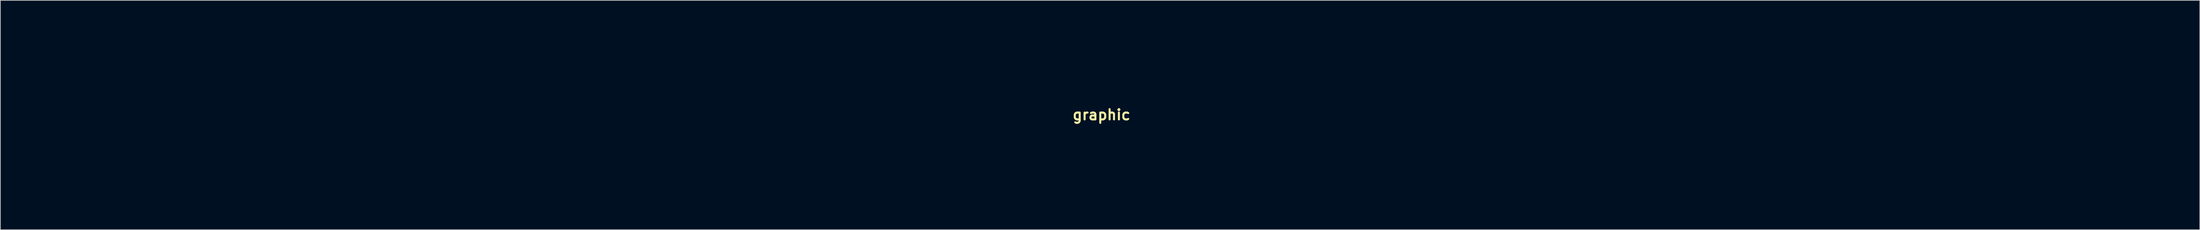
<source format=kicad_pcb>
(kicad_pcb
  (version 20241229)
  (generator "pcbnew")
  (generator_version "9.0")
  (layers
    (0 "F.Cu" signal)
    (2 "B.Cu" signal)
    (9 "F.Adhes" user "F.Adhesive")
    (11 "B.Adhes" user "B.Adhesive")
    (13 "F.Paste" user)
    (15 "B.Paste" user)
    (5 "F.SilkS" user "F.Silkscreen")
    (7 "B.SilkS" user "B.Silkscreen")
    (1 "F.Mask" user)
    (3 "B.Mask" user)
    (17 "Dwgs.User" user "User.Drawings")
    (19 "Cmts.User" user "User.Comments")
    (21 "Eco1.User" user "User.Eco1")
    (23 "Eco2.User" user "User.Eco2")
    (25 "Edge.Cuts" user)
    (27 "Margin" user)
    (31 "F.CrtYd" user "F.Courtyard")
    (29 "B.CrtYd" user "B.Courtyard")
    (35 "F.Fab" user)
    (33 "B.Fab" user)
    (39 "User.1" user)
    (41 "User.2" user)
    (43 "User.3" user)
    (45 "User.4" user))
  (footprint "graphic"
    (layer "F.Cu")
    (at 160.025 13.976)
    (property "Reference" "graphic" (at 0 0 0) (layer "F.SilkS") (effects (font (size 1.524 1.524) (thickness 0.3))))
    (attr through_hole)
    (fp_poly (pts (xy -159.829 8.682) (xy -159.307 8.904) (xy -158.878 9.238) (xy -158.763 9.361) (xy -158.44 9.843) (xy -158.267 10.361) (xy -158.237 10.892) (xy -158.341 11.41) (xy -158.571 11.89) (xy -158.921 12.308) (xy -159.383 12.638) (xy -159.829 12.823) (xy -160.02 12.881) (xy -160.02 8.625) (xy -159.829 8.682)) (stroke (width 0.01) (type solid)) (fill no) (layer "Eco2.User"))
    (fp_poly (pts (xy 145.881 -13.629) (xy 145.801 -13.132) (xy 145.58 -12.674) (xy 145.246 -12.276) (xy 144.825 -11.958) (xy 144.344 -11.74) (xy 143.832 -11.644) (xy 143.317 -11.69) (xy 142.877 -11.837) (xy 142.514 -12.065) (xy 142.204 -12.365) (xy 141.873 -12.808) (xy 141.692 -13.246) (xy 141.647 -13.629) (xy 141.647 -13.97) (xy 145.881 -13.97) (xy 145.881 -13.629)) (stroke (width 0.01) (type solid)) (fill no) (layer "Eco2.User"))
    (fp_poly (pts (xy -61.068 12.105) (xy -60.544 12.332) (xy -60.108 12.689) (xy -59.779 13.163) (xy -59.573 13.738) (xy -59.564 13.78) (xy -59.507 14.055) (xy -63.821 14.055) (xy -63.743 13.707) (xy -63.61 13.277) (xy -63.406 12.93) (xy -63.089 12.595) (xy -63.073 12.58) (xy -62.669 12.27) (xy -62.267 12.094) (xy -61.806 12.027) (xy -61.661 12.025) (xy -61.068 12.105)) (stroke (width 0.01) (type solid)) (fill no) (layer "Eco2.User"))
    (fp_poly (pts (xy 89.793 -13.737) (xy 89.607 -13.301) (xy 89.29 -12.899) (xy 88.88 -12.567) (xy 88.414 -12.338) (xy 88.214 -12.283) (xy 87.926 -12.225) (xy 87.724 -12.205) (xy 87.533 -12.225) (xy 87.274 -12.288) (xy 87.191 -12.31) (xy 86.722 -12.509) (xy 86.299 -12.823) (xy 85.961 -13.215) (xy 85.746 -13.648) (xy 85.721 -13.737) (xy 85.664 -13.97) (xy 89.85 -13.97) (xy 89.793 -13.737)) (stroke (width 0.01) (type solid)) (fill no) (layer "Eco2.User"))
    (fp_poly (pts (xy -107.611 -13.535) (xy -107.655 -13.002) (xy -107.801 -12.562) (xy -108.07 -12.164) (xy -108.243 -11.977) (xy -108.724 -11.609) (xy -109.264 -11.395) (xy -109.849 -11.34) (xy -110.464 -11.448) (xy -110.49 -11.456) (xy -110.775 -11.605) (xy -111.089 -11.859) (xy -111.387 -12.172) (xy -111.622 -12.496) (xy -111.742 -12.752) (xy -111.805 -13.057) (xy -111.841 -13.411) (xy -111.845 -13.535) (xy -111.845 -13.97) (xy -107.611 -13.97) (xy -107.611 -13.535)) (stroke (width 0.01) (type solid)) (fill no) (layer "Eco2.User"))
    (fp_poly (pts (xy 23.453 -13.535) (xy 23.409 -13.002) (xy 23.263 -12.562) (xy 22.994 -12.164) (xy 22.821 -11.977) (xy 22.34 -11.609) (xy 21.8 -11.395) (xy 21.215 -11.34) (xy 20.6 -11.448) (xy 20.574 -11.456) (xy 20.289 -11.605) (xy 19.975 -11.859) (xy 19.677 -12.172) (xy 19.442 -12.496) (xy 19.322 -12.752) (xy 19.259 -13.057) (xy 19.223 -13.411) (xy 19.219 -13.535) (xy 19.219 -13.97) (xy 23.453 -13.97) (xy 23.453 -13.535)) (stroke (width 0.01) (type solid)) (fill no) (layer "Eco2.User"))
    (fp_poly (pts (xy -21.526 10.208) (xy -20.998 10.424) (xy -20.529 10.792) (xy -20.16 11.269) (xy -19.945 11.794) (xy -19.883 12.342) (xy -19.975 12.889) (xy -20.223 13.41) (xy -20.427 13.679) (xy -20.758 14.055) (xy -23.269 14.055) (xy -23.6 13.679) (xy -23.93 13.182) (xy -24.105 12.628) (xy -24.12 12.03) (xy -24.027 11.567) (xy -23.868 11.242) (xy -23.601 10.9) (xy -23.273 10.587) (xy -22.931 10.352) (xy -22.723 10.263) (xy -22.102 10.154) (xy -21.526 10.208)) (stroke (width 0.01) (type solid)) (fill no) (layer "Eco2.User"))
    (fp_poly (pts (xy 103.95 10.377) (xy 104.478 10.593) (xy 104.947 10.961) (xy 105.305 11.427) (xy 105.521 11.946) (xy 105.592 12.49) (xy 105.517 13.03) (xy 105.294 13.536) (xy 105.138 13.754) (xy 104.89 14.055) (xy 102.036 14.055) (xy 101.787 13.754) (xy 101.509 13.288) (xy 101.366 12.746) (xy 101.362 12.162) (xy 101.449 11.736) (xy 101.608 11.412) (xy 101.875 11.069) (xy 102.203 10.757) (xy 102.545 10.522) (xy 102.753 10.432) (xy 103.374 10.323) (xy 103.95 10.377)) (stroke (width 0.01) (type solid)) (fill no) (layer "Eco2.User"))
    (fp_poly (pts (xy 146.453 10.208) (xy 146.981 10.424) (xy 147.45 10.792) (xy 147.818 11.269) (xy 148.034 11.794) (xy 148.096 12.342) (xy 148.004 12.889) (xy 147.756 13.41) (xy 147.552 13.679) (xy 147.221 14.055) (xy 144.71 14.055) (xy 144.379 13.679) (xy 144.048 13.182) (xy 143.874 12.628) (xy 143.858 12.03) (xy 143.952 11.567) (xy 144.11 11.242) (xy 144.378 10.9) (xy 144.706 10.587) (xy 145.047 10.352) (xy 145.255 10.263) (xy 145.877 10.154) (xy 146.453 10.208)) (stroke (width 0.01) (type solid)) (fill no) (layer "Eco2.User"))
    (fp_poly (pts (xy -2.852 -13.695) (xy -2.573 -13.186) (xy -2.448 -12.642) (xy -2.477 -12.091) (xy -2.657 -11.558) (xy -2.985 -11.07) (xy -3.087 -10.961) (xy -3.568 -10.593) (xy -4.108 -10.379) (xy -4.693 -10.324) (xy -5.308 -10.432) (xy -5.334 -10.44) (xy -5.619 -10.589) (xy -5.933 -10.843) (xy -6.231 -11.156) (xy -6.466 -11.48) (xy -6.586 -11.736) (xy -6.688 -12.343) (xy -6.638 -12.928) (xy -6.44 -13.463) (xy -6.292 -13.695) (xy -6.087 -13.97) (xy -3.057 -13.97) (xy -2.852 -13.695)) (stroke (width 0.01) (type solid)) (fill no) (layer "Eco2.User"))
    (fp_poly (pts (xy 18.607 10.716) (xy 19.136 10.933) (xy 19.605 11.3) (xy 19.914 11.655) (xy 20.1 11.991) (xy 20.145 12.127) (xy 20.219 12.614) (xy 20.196 13.134) (xy 20.083 13.609) (xy 20.029 13.737) (xy 19.877 14.055) (xy 16.36 14.055) (xy 16.208 13.737) (xy 16.067 13.292) (xy 16.016 12.778) (xy 16.058 12.272) (xy 16.093 12.127) (xy 16.259 11.765) (xy 16.536 11.398) (xy 16.878 11.073) (xy 17.237 10.839) (xy 17.409 10.771) (xy 18.031 10.662) (xy 18.607 10.716)) (stroke (width 0.01) (type solid)) (fill no) (layer "Eco2.User"))
    (fp_poly (pts (xy -119.231 11.393) (xy -118.702 11.61) (xy -118.232 11.977) (xy -117.878 12.41) (xy -117.676 12.867) (xy -117.611 13.39) (xy -117.618 13.59) (xy -117.644 14.012) (xy -119.682 14.035) (xy -120.253 14.039) (xy -120.767 14.038) (xy -121.2 14.033) (xy -121.529 14.023) (xy -121.728 14.01) (xy -121.777 14) (xy -121.82 13.868) (xy -121.834 13.623) (xy -121.823 13.319) (xy -121.787 13.007) (xy -121.732 12.752) (xy -121.574 12.428) (xy -121.306 12.085) (xy -120.978 11.773) (xy -120.637 11.538) (xy -120.429 11.448) (xy -119.807 11.339) (xy -119.231 11.393)) (stroke (width 0.01) (type solid)) (fill no) (layer "Eco2.User"))
    (fp_poly (pts (xy -154.992 2.05) (xy -154.668 2.209) (xy -154.325 2.476) (xy -154.013 2.805) (xy -153.778 3.146) (xy -153.688 3.354) (xy -153.579 3.976) (xy -153.633 4.551) (xy -153.849 5.079) (xy -154.217 5.549) (xy -154.698 5.917) (xy -155.238 6.131) (xy -155.823 6.186) (xy -156.438 6.078) (xy -156.464 6.07) (xy -156.749 5.921) (xy -157.063 5.667) (xy -157.361 5.354) (xy -157.596 5.03) (xy -157.716 4.774) (xy -157.825 4.152) (xy -157.771 3.577) (xy -157.555 3.049) (xy -157.187 2.579) (xy -156.706 2.205) (xy -156.177 1.992) (xy -155.6 1.942) (xy -154.992 2.05)) (stroke (width 0.01) (type solid)) (fill no) (layer "Eco2.User"))
    (fp_poly (pts (xy -154.484 -11.835) (xy -154.16 -11.676) (xy -153.817 -11.409) (xy -153.505 -11.081) (xy -153.27 -10.739) (xy -153.18 -10.531) (xy -153.071 -9.91) (xy -153.125 -9.334) (xy -153.341 -8.806) (xy -153.709 -8.337) (xy -154.19 -7.968) (xy -154.73 -7.754) (xy -155.315 -7.7) (xy -155.93 -7.807) (xy -155.956 -7.815) (xy -156.241 -7.964) (xy -156.555 -8.219) (xy -156.853 -8.531) (xy -157.088 -8.856) (xy -157.208 -9.111) (xy -157.317 -9.733) (xy -157.263 -10.309) (xy -157.047 -10.837) (xy -156.679 -11.306) (xy -156.198 -11.681) (xy -155.669 -11.893) (xy -155.092 -11.943) (xy -154.484 -11.835)) (stroke (width 0.01) (type solid)) (fill no) (layer "Eco2.User"))
    (fp_poly (pts (xy -152.367 -4.638) (xy -152.043 -4.48) (xy -151.701 -4.212) (xy -151.388 -3.884) (xy -151.153 -3.543) (xy -151.064 -3.335) (xy -150.955 -2.713) (xy -151.009 -2.137) (xy -151.225 -1.609) (xy -151.593 -1.14) (xy -152.073 -0.771) (xy -152.613 -0.558) (xy -153.198 -0.503) (xy -153.813 -0.611) (xy -153.839 -0.619) (xy -154.125 -0.768) (xy -154.439 -1.022) (xy -154.736 -1.335) (xy -154.971 -1.659) (xy -155.091 -1.915) (xy -155.2 -2.536) (xy -155.146 -3.112) (xy -154.93 -3.64) (xy -154.562 -4.109) (xy -154.081 -4.484) (xy -153.552 -4.696) (xy -152.976 -4.747) (xy -152.367 -4.638)) (stroke (width 0.01) (type solid)) (fill no) (layer "Eco2.User"))
    (fp_poly (pts (xy -144.493 -8.702) (xy -144.169 -8.544) (xy -143.827 -8.276) (xy -143.514 -7.948) (xy -143.279 -7.607) (xy -143.19 -7.399) (xy -143.081 -6.777) (xy -143.135 -6.201) (xy -143.351 -5.673) (xy -143.719 -5.204) (xy -144.199 -4.835) (xy -144.739 -4.622) (xy -145.324 -4.567) (xy -145.939 -4.675) (xy -145.965 -4.683) (xy -146.251 -4.832) (xy -146.565 -5.086) (xy -146.862 -5.399) (xy -147.097 -5.723) (xy -147.217 -5.979) (xy -147.326 -6.6) (xy -147.272 -7.176) (xy -147.056 -7.704) (xy -146.688 -8.173) (xy -146.207 -8.548) (xy -145.678 -8.76) (xy -145.102 -8.811) (xy -144.493 -8.702)) (stroke (width 0.01) (type solid)) (fill no) (layer "Eco2.User"))
    (fp_poly (pts (xy -136.704 -12.004) (xy -136.38 -11.846) (xy -136.037 -11.578) (xy -135.725 -11.25) (xy -135.49 -10.909) (xy -135.4 -10.701) (xy -135.291 -10.079) (xy -135.345 -9.503) (xy -135.561 -8.975) (xy -135.929 -8.506) (xy -136.41 -8.137) (xy -136.95 -7.924) (xy -137.535 -7.869) (xy -138.15 -7.977) (xy -138.176 -7.985) (xy -138.461 -8.134) (xy -138.775 -8.388) (xy -139.073 -8.701) (xy -139.308 -9.025) (xy -139.428 -9.281) (xy -139.537 -9.902) (xy -139.483 -10.478) (xy -139.267 -11.006) (xy -138.899 -11.475) (xy -138.418 -11.85) (xy -137.889 -12.062) (xy -137.312 -12.113) (xy -136.704 -12.004)) (stroke (width 0.01) (type solid)) (fill no) (layer "Eco2.User"))
    (fp_poly (pts (xy -132.979 6.453) (xy -132.654 6.612) (xy -132.312 6.879) (xy -131.999 7.207) (xy -131.764 7.549) (xy -131.675 7.757) (xy -131.566 8.378) (xy -131.62 8.954) (xy -131.836 9.482) (xy -132.204 9.951) (xy -132.684 10.32) (xy -133.225 10.534) (xy -133.81 10.588) (xy -134.424 10.481) (xy -134.451 10.473) (xy -134.736 10.324) (xy -135.05 10.069) (xy -135.347 9.757) (xy -135.583 9.432) (xy -135.702 9.177) (xy -135.811 8.555) (xy -135.757 7.979) (xy -135.541 7.451) (xy -135.173 6.982) (xy -134.693 6.607) (xy -134.164 6.395) (xy -133.587 6.345) (xy -132.979 6.453)) (stroke (width 0.01) (type solid)) (fill no) (layer "Eco2.User"))
    (fp_poly (pts (xy -130.777 -3.707) (xy -130.453 -3.548) (xy -130.111 -3.281) (xy -129.798 -2.953) (xy -129.563 -2.611) (xy -129.474 -2.403) (xy -129.365 -1.782) (xy -129.419 -1.206) (xy -129.635 -0.678) (xy -130.003 -0.209) (xy -130.483 0.16) (xy -131.023 0.374) (xy -131.608 0.428) (xy -132.223 0.321) (xy -132.249 0.313) (xy -132.535 0.164) (xy -132.849 -0.091) (xy -133.146 -0.403) (xy -133.381 -0.728) (xy -133.501 -0.983) (xy -133.61 -1.605) (xy -133.556 -2.181) (xy -133.34 -2.709) (xy -132.972 -3.178) (xy -132.491 -3.553) (xy -131.962 -3.765) (xy -131.386 -3.815) (xy -130.777 -3.707)) (stroke (width 0.01) (type solid)) (fill no) (layer "Eco2.User"))
    (fp_poly (pts (xy -124.089 -10.65) (xy -123.764 -10.491) (xy -123.422 -10.224) (xy -123.109 -9.895) (xy -122.874 -9.554) (xy -122.785 -9.346) (xy -122.676 -8.724) (xy -122.73 -8.149) (xy -122.946 -7.621) (xy -123.314 -7.151) (xy -123.794 -6.783) (xy -124.335 -6.569) (xy -124.92 -6.514) (xy -125.534 -6.622) (xy -125.561 -6.63) (xy -125.846 -6.779) (xy -126.16 -7.033) (xy -126.457 -7.346) (xy -126.693 -7.67) (xy -126.812 -7.926) (xy -126.921 -8.548) (xy -126.867 -9.123) (xy -126.651 -9.651) (xy -126.283 -10.121) (xy -125.803 -10.495) (xy -125.274 -10.708) (xy -124.697 -10.758) (xy -124.089 -10.65)) (stroke (width 0.01) (type solid)) (fill no) (layer "Eco2.User"))
    (fp_poly (pts (xy -120.533 4.252) (xy -120.208 4.41) (xy -119.866 4.678) (xy -119.553 5.006) (xy -119.318 5.347) (xy -119.229 5.555) (xy -119.12 6.177) (xy -119.174 6.753) (xy -119.39 7.281) (xy -119.758 7.75) (xy -120.238 8.119) (xy -120.779 8.332) (xy -121.364 8.387) (xy -121.978 8.279) (xy -122.005 8.271) (xy -122.29 8.122) (xy -122.604 7.868) (xy -122.901 7.555) (xy -123.137 7.231) (xy -123.256 6.975) (xy -123.365 6.354) (xy -123.311 5.778) (xy -123.095 5.25) (xy -122.727 4.781) (xy -122.247 4.406) (xy -121.718 4.194) (xy -121.141 4.143) (xy -120.533 4.252)) (stroke (width 0.01) (type solid)) (fill no) (layer "Eco2.User"))
    (fp_poly (pts (xy -120.363 -4.3) (xy -120.039 -4.141) (xy -119.697 -3.874) (xy -119.384 -3.545) (xy -119.149 -3.204) (xy -119.06 -2.996) (xy -118.951 -2.374) (xy -119.005 -1.799) (xy -119.221 -1.271) (xy -119.589 -0.801) (xy -120.069 -0.433) (xy -120.609 -0.219) (xy -121.194 -0.164) (xy -121.809 -0.272) (xy -121.835 -0.28) (xy -122.121 -0.429) (xy -122.435 -0.683) (xy -122.732 -0.996) (xy -122.967 -1.32) (xy -123.087 -1.576) (xy -123.196 -2.198) (xy -123.142 -2.773) (xy -122.926 -3.301) (xy -122.558 -3.771) (xy -122.077 -4.145) (xy -121.548 -4.358) (xy -120.972 -4.408) (xy -120.363 -4.3)) (stroke (width 0.01) (type solid)) (fill no) (layer "Eco2.User"))
    (fp_poly (pts (xy -112.997 -5.231) (xy -112.673 -5.072) (xy -112.331 -4.805) (xy -112.018 -4.477) (xy -111.783 -4.135) (xy -111.694 -3.927) (xy -111.585 -3.306) (xy -111.639 -2.73) (xy -111.855 -2.202) (xy -112.223 -1.733) (xy -112.703 -1.364) (xy -113.243 -1.15) (xy -113.828 -1.096) (xy -114.443 -1.203) (xy -114.469 -1.211) (xy -114.755 -1.36) (xy -115.069 -1.615) (xy -115.366 -1.927) (xy -115.601 -2.252) (xy -115.721 -2.507) (xy -115.83 -3.129) (xy -115.776 -3.705) (xy -115.56 -4.233) (xy -115.192 -4.702) (xy -114.711 -5.077) (xy -114.182 -5.289) (xy -113.606 -5.339) (xy -112.997 -5.231)) (stroke (width 0.01) (type solid)) (fill no) (layer "Eco2.User"))
    (fp_poly (pts (xy -107.917 0.696) (xy -107.593 0.854) (xy -107.251 1.122) (xy -106.938 1.45) (xy -106.703 1.791) (xy -106.614 1.999) (xy -106.505 2.621) (xy -106.559 3.197) (xy -106.775 3.725) (xy -107.143 4.194) (xy -107.623 4.563) (xy -108.163 4.776) (xy -108.748 4.831) (xy -109.363 4.723) (xy -109.389 4.715) (xy -109.675 4.566) (xy -109.989 4.312) (xy -110.286 3.999) (xy -110.521 3.675) (xy -110.641 3.419) (xy -110.75 2.798) (xy -110.696 2.222) (xy -110.48 1.694) (xy -110.112 1.225) (xy -109.631 0.85) (xy -109.102 0.638) (xy -108.526 0.587) (xy -107.917 0.696)) (stroke (width 0.01) (type solid)) (fill no) (layer "Eco2.User"))
    (fp_poly (pts (xy -104.531 -9.464) (xy -104.206 -9.306) (xy -103.864 -9.038) (xy -103.551 -8.71) (xy -103.316 -8.369) (xy -103.227 -8.161) (xy -103.118 -7.539) (xy -103.172 -6.963) (xy -103.388 -6.435) (xy -103.756 -5.966) (xy -104.236 -5.597) (xy -104.777 -5.384) (xy -105.362 -5.329) (xy -105.976 -5.437) (xy -106.003 -5.445) (xy -106.288 -5.594) (xy -106.602 -5.848) (xy -106.899 -6.161) (xy -107.135 -6.485) (xy -107.254 -6.741) (xy -107.363 -7.362) (xy -107.309 -7.938) (xy -107.093 -8.466) (xy -106.725 -8.935) (xy -106.245 -9.31) (xy -105.716 -9.522) (xy -105.139 -9.573) (xy -104.531 -9.464)) (stroke (width 0.01) (type solid)) (fill no) (layer "Eco2.User"))
    (fp_poly (pts (xy -104.023 6.368) (xy -103.698 6.527) (xy -103.356 6.794) (xy -103.043 7.123) (xy -102.808 7.464) (xy -102.719 7.672) (xy -102.61 8.294) (xy -102.664 8.869) (xy -102.88 9.397) (xy -103.248 9.867) (xy -103.728 10.235) (xy -104.269 10.449) (xy -104.854 10.504) (xy -105.468 10.396) (xy -105.495 10.388) (xy -105.78 10.239) (xy -106.094 9.985) (xy -106.391 9.672) (xy -106.627 9.348) (xy -106.746 9.092) (xy -106.855 8.47) (xy -106.801 7.895) (xy -106.585 7.367) (xy -106.217 6.897) (xy -105.737 6.523) (xy -105.208 6.31) (xy -104.631 6.26) (xy -104.023 6.368)) (stroke (width 0.01) (type solid)) (fill no) (layer "Eco2.User"))
    (fp_poly (pts (xy -98.181 -4.384) (xy -97.856 -4.226) (xy -97.514 -3.958) (xy -97.201 -3.63) (xy -96.966 -3.289) (xy -96.877 -3.081) (xy -96.768 -2.459) (xy -96.822 -1.883) (xy -97.038 -1.355) (xy -97.406 -0.886) (xy -97.886 -0.517) (xy -98.427 -0.304) (xy -99.012 -0.249) (xy -99.626 -0.357) (xy -99.653 -0.365) (xy -99.938 -0.514) (xy -100.252 -0.768) (xy -100.549 -1.081) (xy -100.785 -1.405) (xy -100.904 -1.661) (xy -101.013 -2.282) (xy -100.959 -2.858) (xy -100.743 -3.386) (xy -100.375 -3.855) (xy -99.895 -4.23) (xy -99.366 -4.442) (xy -98.789 -4.493) (xy -98.181 -4.384)) (stroke (width 0.01) (type solid)) (fill no) (layer "Eco2.User"))
    (fp_poly (pts (xy -97.842 5.183) (xy -97.518 5.342) (xy -97.175 5.609) (xy -96.863 5.937) (xy -96.628 6.279) (xy -96.538 6.487) (xy -96.429 7.108) (xy -96.483 7.684) (xy -96.699 8.212) (xy -97.067 8.681) (xy -97.548 9.05) (xy -98.088 9.264) (xy -98.673 9.318) (xy -99.288 9.211) (xy -99.314 9.203) (xy -99.599 9.054) (xy -99.913 8.799) (xy -100.211 8.487) (xy -100.446 8.162) (xy -100.566 7.907) (xy -100.675 7.285) (xy -100.621 6.709) (xy -100.405 6.181) (xy -100.037 5.712) (xy -99.556 5.337) (xy -99.027 5.125) (xy -98.45 5.075) (xy -97.842 5.183)) (stroke (width 0.01) (type solid)) (fill no) (layer "Eco2.User"))
    (fp_poly (pts (xy -90.561 2.982) (xy -90.236 3.14) (xy -89.894 3.408) (xy -89.581 3.736) (xy -89.346 4.077) (xy -89.257 4.285) (xy -89.148 4.907) (xy -89.202 5.483) (xy -89.418 6.011) (xy -89.786 6.48) (xy -90.266 6.849) (xy -90.807 7.062) (xy -91.392 7.117) (xy -92.006 7.009) (xy -92.033 7.001) (xy -92.318 6.852) (xy -92.632 6.598) (xy -92.929 6.285) (xy -93.165 5.961) (xy -93.284 5.705) (xy -93.393 5.084) (xy -93.339 4.508) (xy -93.123 3.98) (xy -92.755 3.511) (xy -92.275 3.136) (xy -91.746 2.924) (xy -91.169 2.873) (xy -90.561 2.982)) (stroke (width 0.01) (type solid)) (fill no) (layer "Eco2.User"))
    (fp_poly (pts (xy -89.883 -9.803) (xy -89.559 -9.644) (xy -89.217 -9.377) (xy -88.904 -9.049) (xy -88.669 -8.707) (xy -88.58 -8.499) (xy -88.471 -7.878) (xy -88.525 -7.302) (xy -88.741 -6.774) (xy -89.109 -6.305) (xy -89.589 -5.936) (xy -90.129 -5.722) (xy -90.714 -5.668) (xy -91.329 -5.775) (xy -91.355 -5.783) (xy -91.641 -5.932) (xy -91.955 -6.187) (xy -92.252 -6.499) (xy -92.487 -6.824) (xy -92.607 -7.079) (xy -92.716 -7.701) (xy -92.662 -8.277) (xy -92.446 -8.805) (xy -92.078 -9.274) (xy -91.597 -9.649) (xy -91.068 -9.861) (xy -90.492 -9.911) (xy -89.883 -9.803)) (stroke (width 0.01) (type solid)) (fill no) (layer "Eco2.User"))
    (fp_poly (pts (xy -81.417 -4.3) (xy -81.092 -4.141) (xy -80.75 -3.874) (xy -80.437 -3.545) (xy -80.202 -3.204) (xy -80.113 -2.996) (xy -80.004 -2.374) (xy -80.058 -1.799) (xy -80.274 -1.271) (xy -80.642 -0.801) (xy -81.122 -0.433) (xy -81.663 -0.219) (xy -82.248 -0.164) (xy -82.862 -0.272) (xy -82.889 -0.28) (xy -83.174 -0.429) (xy -83.488 -0.683) (xy -83.785 -0.996) (xy -84.021 -1.32) (xy -84.14 -1.576) (xy -84.249 -2.198) (xy -84.195 -2.773) (xy -83.979 -3.301) (xy -83.611 -3.771) (xy -83.131 -4.145) (xy -82.602 -4.358) (xy -82.025 -4.408) (xy -81.417 -4.3)) (stroke (width 0.01) (type solid)) (fill no) (layer "Eco2.User"))
    (fp_poly (pts (xy -76.591 6.368) (xy -76.266 6.527) (xy -75.924 6.794) (xy -75.611 7.123) (xy -75.376 7.464) (xy -75.287 7.672) (xy -75.178 8.294) (xy -75.232 8.869) (xy -75.448 9.397) (xy -75.816 9.867) (xy -76.296 10.235) (xy -76.837 10.449) (xy -77.422 10.504) (xy -78.036 10.396) (xy -78.063 10.388) (xy -78.348 10.239) (xy -78.662 9.985) (xy -78.959 9.672) (xy -79.195 9.348) (xy -79.314 9.092) (xy -79.423 8.47) (xy -79.369 7.895) (xy -79.153 7.367) (xy -78.785 6.897) (xy -78.305 6.523) (xy -77.776 6.31) (xy -77.199 6.26) (xy -76.591 6.368)) (stroke (width 0.01) (type solid)) (fill no) (layer "Eco2.User"))
    (fp_poly (pts (xy -72.273 -7.771) (xy -71.948 -7.612) (xy -71.606 -7.345) (xy -71.293 -7.017) (xy -71.058 -6.675) (xy -70.969 -6.467) (xy -70.86 -5.846) (xy -70.914 -5.27) (xy -71.13 -4.742) (xy -71.498 -4.273) (xy -71.978 -3.904) (xy -72.519 -3.69) (xy -73.104 -3.636) (xy -73.718 -3.743) (xy -73.745 -3.751) (xy -74.03 -3.9) (xy -74.344 -4.155) (xy -74.641 -4.467) (xy -74.877 -4.792) (xy -74.996 -5.047) (xy -75.105 -5.669) (xy -75.051 -6.245) (xy -74.835 -6.773) (xy -74.467 -7.242) (xy -73.987 -7.617) (xy -73.458 -7.829) (xy -72.881 -7.879) (xy -72.273 -7.771)) (stroke (width 0.01) (type solid)) (fill no) (layer "Eco2.User"))
    (fp_poly (pts (xy -68.801 -2.183) (xy -68.477 -2.024) (xy -68.135 -1.757) (xy -67.822 -1.429) (xy -67.587 -1.087) (xy -67.498 -0.879) (xy -67.389 -0.258) (xy -67.443 0.318) (xy -67.659 0.846) (xy -68.027 1.315) (xy -68.507 1.684) (xy -69.047 1.898) (xy -69.632 1.952) (xy -70.247 1.845) (xy -70.273 1.837) (xy -70.559 1.688) (xy -70.873 1.433) (xy -71.17 1.121) (xy -71.405 0.796) (xy -71.525 0.541) (xy -71.634 -0.081) (xy -71.58 -0.657) (xy -71.364 -1.185) (xy -70.996 -1.654) (xy -70.515 -2.029) (xy -69.986 -2.241) (xy -69.41 -2.291) (xy -68.801 -2.183)) (stroke (width 0.01) (type solid)) (fill no) (layer "Eco2.User"))
    (fp_poly (pts (xy -68.293 5.352) (xy -67.969 5.511) (xy -67.627 5.778) (xy -67.314 6.107) (xy -67.079 6.448) (xy -66.99 6.656) (xy -66.881 7.278) (xy -66.935 7.853) (xy -67.151 8.381) (xy -67.519 8.851) (xy -67.999 9.219) (xy -68.539 9.433) (xy -69.124 9.488) (xy -69.739 9.38) (xy -69.765 9.372) (xy -70.051 9.223) (xy -70.365 8.969) (xy -70.662 8.656) (xy -70.897 8.332) (xy -71.017 8.076) (xy -71.126 7.454) (xy -71.072 6.879) (xy -70.856 6.351) (xy -70.488 5.881) (xy -70.007 5.507) (xy -69.478 5.294) (xy -68.902 5.244) (xy -68.293 5.352)) (stroke (width 0.01) (type solid)) (fill no) (layer "Eco2.User"))
    (fp_poly (pts (xy -59.488 -1.252) (xy -59.164 -1.093) (xy -58.821 -0.826) (xy -58.509 -0.497) (xy -58.274 -0.156) (xy -58.184 0.052) (xy -58.075 0.674) (xy -58.129 1.249) (xy -58.345 1.777) (xy -58.713 2.247) (xy -59.194 2.615) (xy -59.734 2.829) (xy -60.319 2.884) (xy -60.934 2.776) (xy -60.96 2.768) (xy -61.245 2.619) (xy -61.559 2.365) (xy -61.857 2.052) (xy -62.092 1.728) (xy -62.212 1.472) (xy -62.321 0.85) (xy -62.267 0.275) (xy -62.051 -0.253) (xy -61.683 -0.723) (xy -61.202 -1.097) (xy -60.673 -1.31) (xy -60.096 -1.36) (xy -59.488 -1.252)) (stroke (width 0.01) (type solid)) (fill no) (layer "Eco2.User"))
    (fp_poly (pts (xy -54.239 6.538) (xy -53.914 6.696) (xy -53.572 6.964) (xy -53.259 7.292) (xy -53.024 7.633) (xy -52.935 7.841) (xy -52.826 8.463) (xy -52.88 9.039) (xy -53.096 9.567) (xy -53.464 10.036) (xy -53.944 10.405) (xy -54.485 10.618) (xy -55.07 10.673) (xy -55.684 10.565) (xy -55.711 10.557) (xy -55.996 10.408) (xy -56.31 10.154) (xy -56.607 9.841) (xy -56.843 9.517) (xy -56.962 9.261) (xy -57.071 8.64) (xy -57.017 8.064) (xy -56.801 7.536) (xy -56.433 7.067) (xy -55.953 6.692) (xy -55.424 6.48) (xy -54.847 6.429) (xy -54.239 6.538)) (stroke (width 0.01) (type solid)) (fill no) (layer "Eco2.User"))
    (fp_poly (pts (xy -52.291 -9.21) (xy -51.967 -9.052) (xy -51.625 -8.784) (xy -51.312 -8.456) (xy -51.077 -8.115) (xy -50.988 -7.907) (xy -50.879 -7.285) (xy -50.933 -6.709) (xy -51.149 -6.181) (xy -51.517 -5.712) (xy -51.997 -5.343) (xy -52.537 -5.13) (xy -53.122 -5.075) (xy -53.737 -5.183) (xy -53.763 -5.191) (xy -54.049 -5.34) (xy -54.363 -5.594) (xy -54.66 -5.907) (xy -54.895 -6.231) (xy -55.015 -6.487) (xy -55.124 -7.108) (xy -55.07 -7.684) (xy -54.854 -8.212) (xy -54.486 -8.681) (xy -54.005 -9.056) (xy -53.476 -9.268) (xy -52.9 -9.319) (xy -52.291 -9.21)) (stroke (width 0.01) (type solid)) (fill no) (layer "Eco2.User"))
    (fp_poly (pts (xy -46.026 0.442) (xy -45.702 0.6) (xy -45.359 0.868) (xy -45.047 1.196) (xy -44.812 1.537) (xy -44.722 1.745) (xy -44.613 2.367) (xy -44.667 2.943) (xy -44.883 3.471) (xy -45.251 3.94) (xy -45.732 4.309) (xy -46.272 4.522) (xy -46.857 4.577) (xy -47.472 4.469) (xy -47.498 4.461) (xy -47.783 4.312) (xy -48.097 4.058) (xy -48.395 3.745) (xy -48.63 3.421) (xy -48.75 3.165) (xy -48.859 2.544) (xy -48.805 1.968) (xy -48.589 1.44) (xy -48.221 0.971) (xy -47.74 0.596) (xy -47.211 0.384) (xy -46.634 0.333) (xy -46.026 0.442)) (stroke (width 0.01) (type solid)) (fill no) (layer "Eco2.User"))
    (fp_poly (pts (xy -43.147 7.046) (xy -42.823 7.204) (xy -42.481 7.472) (xy -42.168 7.8) (xy -41.933 8.141) (xy -41.844 8.349) (xy -41.735 8.971) (xy -41.789 9.547) (xy -42.005 10.075) (xy -42.373 10.544) (xy -42.853 10.913) (xy -43.393 11.126) (xy -43.978 11.181) (xy -44.593 11.073) (xy -44.619 11.065) (xy -44.905 10.916) (xy -45.219 10.662) (xy -45.516 10.349) (xy -45.751 10.025) (xy -45.871 9.769) (xy -45.98 9.148) (xy -45.926 8.572) (xy -45.71 8.044) (xy -45.342 7.575) (xy -44.861 7.2) (xy -44.332 6.988) (xy -43.756 6.937) (xy -43.147 7.046)) (stroke (width 0.01) (type solid)) (fill no) (layer "Eco2.User"))
    (fp_poly (pts (xy -38.067 -5.993) (xy -37.743 -5.834) (xy -37.401 -5.567) (xy -37.088 -5.239) (xy -36.853 -4.897) (xy -36.764 -4.689) (xy -36.655 -4.068) (xy -36.709 -3.492) (xy -36.925 -2.964) (xy -37.293 -2.495) (xy -37.773 -2.126) (xy -38.313 -1.912) (xy -38.898 -1.858) (xy -39.513 -1.965) (xy -39.539 -1.973) (xy -39.825 -2.122) (xy -40.139 -2.377) (xy -40.436 -2.689) (xy -40.671 -3.014) (xy -40.791 -3.269) (xy -40.9 -3.891) (xy -40.846 -4.467) (xy -40.63 -4.995) (xy -40.262 -5.464) (xy -39.781 -5.839) (xy -39.252 -6.051) (xy -38.676 -6.101) (xy -38.067 -5.993)) (stroke (width 0.01) (type solid)) (fill no) (layer "Eco2.User"))
    (fp_poly (pts (xy -34.681 5.352) (xy -34.356 5.511) (xy -34.014 5.778) (xy -33.701 6.107) (xy -33.466 6.448) (xy -33.377 6.656) (xy -33.268 7.278) (xy -33.322 7.853) (xy -33.538 8.381) (xy -33.906 8.851) (xy -34.386 9.219) (xy -34.927 9.433) (xy -35.512 9.488) (xy -36.126 9.38) (xy -36.153 9.372) (xy -36.438 9.223) (xy -36.752 8.969) (xy -37.049 8.656) (xy -37.285 8.332) (xy -37.404 8.076) (xy -37.513 7.454) (xy -37.459 6.879) (xy -37.243 6.351) (xy -36.875 5.881) (xy -36.395 5.507) (xy -35.866 5.294) (xy -35.289 5.244) (xy -34.681 5.352)) (stroke (width 0.01) (type solid)) (fill no) (layer "Eco2.User"))
    (fp_poly (pts (xy -33.495 -10.904) (xy -33.171 -10.745) (xy -32.829 -10.478) (xy -32.516 -10.149) (xy -32.281 -9.808) (xy -32.192 -9.6) (xy -32.083 -8.978) (xy -32.137 -8.403) (xy -32.353 -7.875) (xy -32.721 -7.405) (xy -33.201 -7.037) (xy -33.741 -6.823) (xy -34.326 -6.768) (xy -34.941 -6.876) (xy -34.967 -6.884) (xy -35.253 -7.033) (xy -35.567 -7.287) (xy -35.864 -7.6) (xy -36.099 -7.924) (xy -36.219 -8.18) (xy -36.328 -8.802) (xy -36.274 -9.377) (xy -36.058 -9.905) (xy -35.69 -10.375) (xy -35.209 -10.749) (xy -34.68 -10.962) (xy -34.104 -11.012) (xy -33.495 -10.904)) (stroke (width 0.01) (type solid)) (fill no) (layer "Eco2.User"))
    (fp_poly (pts (xy -33.495 -0.744) (xy -33.171 -0.585) (xy -32.829 -0.318) (xy -32.516 0.011) (xy -32.281 0.352) (xy -32.192 0.56) (xy -32.083 1.182) (xy -32.137 1.757) (xy -32.353 2.285) (xy -32.721 2.755) (xy -33.201 3.123) (xy -33.741 3.337) (xy -34.326 3.392) (xy -34.941 3.284) (xy -34.967 3.276) (xy -35.253 3.127) (xy -35.567 2.873) (xy -35.864 2.56) (xy -36.099 2.236) (xy -36.219 1.98) (xy -36.328 1.358) (xy -36.274 0.783) (xy -36.058 0.255) (xy -35.69 -0.215) (xy -35.209 -0.589) (xy -34.68 -0.802) (xy -34.104 -0.852) (xy -33.495 -0.744)) (stroke (width 0.01) (type solid)) (fill no) (layer "Eco2.User"))
    (fp_poly (pts (xy -26.891 -6.501) (xy -26.567 -6.342) (xy -26.225 -6.075) (xy -25.912 -5.747) (xy -25.677 -5.405) (xy -25.588 -5.197) (xy -25.479 -4.576) (xy -25.533 -4) (xy -25.749 -3.472) (xy -26.117 -3.003) (xy -26.597 -2.634) (xy -27.137 -2.42) (xy -27.722 -2.366) (xy -28.337 -2.473) (xy -28.363 -2.481) (xy -28.649 -2.63) (xy -28.963 -2.885) (xy -29.26 -3.197) (xy -29.495 -3.522) (xy -29.615 -3.777) (xy -29.724 -4.399) (xy -29.67 -4.975) (xy -29.454 -5.503) (xy -29.086 -5.972) (xy -28.605 -6.347) (xy -28.076 -6.559) (xy -27.5 -6.609) (xy -26.891 -6.501)) (stroke (width 0.01) (type solid)) (fill no) (layer "Eco2.User"))
    (fp_poly (pts (xy -25.452 1.712) (xy -25.128 1.87) (xy -24.785 2.138) (xy -24.473 2.466) (xy -24.238 2.807) (xy -24.148 3.015) (xy -24.039 3.637) (xy -24.093 4.213) (xy -24.309 4.741) (xy -24.677 5.21) (xy -25.158 5.579) (xy -25.698 5.792) (xy -26.283 5.847) (xy -26.898 5.739) (xy -26.924 5.731) (xy -27.209 5.582) (xy -27.523 5.328) (xy -27.821 5.015) (xy -28.056 4.691) (xy -28.176 4.435) (xy -28.285 3.814) (xy -28.231 3.238) (xy -28.015 2.71) (xy -27.647 2.241) (xy -27.166 1.866) (xy -26.637 1.654) (xy -26.06 1.603) (xy -25.452 1.712)) (stroke (width 0.01) (type solid)) (fill no) (layer "Eco2.User"))
    (fp_poly (pts (xy -18.933 -3.792) (xy -18.608 -3.633) (xy -18.266 -3.366) (xy -17.953 -3.037) (xy -17.718 -2.696) (xy -17.629 -2.488) (xy -17.52 -1.866) (xy -17.574 -1.291) (xy -17.79 -0.763) (xy -18.158 -0.293) (xy -18.638 0.075) (xy -19.179 0.289) (xy -19.764 0.344) (xy -20.378 0.236) (xy -20.405 0.228) (xy -20.69 0.079) (xy -21.004 -0.175) (xy -21.301 -0.488) (xy -21.537 -0.812) (xy -21.656 -1.068) (xy -21.765 -1.69) (xy -21.711 -2.265) (xy -21.495 -2.793) (xy -21.127 -3.263) (xy -20.647 -3.637) (xy -20.118 -3.85) (xy -19.541 -3.9) (xy -18.933 -3.792)) (stroke (width 0.01) (type solid)) (fill no) (layer "Eco2.User"))
    (fp_poly (pts (xy -15.885 -11.92) (xy -15.56 -11.761) (xy -15.218 -11.494) (xy -14.905 -11.165) (xy -14.67 -10.824) (xy -14.581 -10.616) (xy -14.472 -9.994) (xy -14.526 -9.419) (xy -14.742 -8.891) (xy -15.11 -8.421) (xy -15.59 -8.053) (xy -16.131 -7.839) (xy -16.716 -7.784) (xy -17.33 -7.892) (xy -17.357 -7.9) (xy -17.642 -8.049) (xy -17.956 -8.303) (xy -18.253 -8.616) (xy -18.489 -8.94) (xy -18.608 -9.196) (xy -18.717 -9.818) (xy -18.663 -10.393) (xy -18.447 -10.921) (xy -18.079 -11.391) (xy -17.599 -11.765) (xy -17.07 -11.978) (xy -16.493 -12.028) (xy -15.885 -11.92)) (stroke (width 0.01) (type solid)) (fill no) (layer "Eco2.User"))
    (fp_poly (pts (xy -12.837 3.151) (xy -12.512 3.31) (xy -12.17 3.577) (xy -11.857 3.905) (xy -11.622 4.247) (xy -11.533 4.455) (xy -11.424 5.076) (xy -11.478 5.652) (xy -11.694 6.18) (xy -12.062 6.649) (xy -12.542 7.018) (xy -13.083 7.232) (xy -13.668 7.286) (xy -14.282 7.179) (xy -14.309 7.171) (xy -14.594 7.022) (xy -14.908 6.767) (xy -15.205 6.455) (xy -15.441 6.13) (xy -15.56 5.875) (xy -15.669 5.253) (xy -15.615 4.677) (xy -15.399 4.149) (xy -15.031 3.68) (xy -14.551 3.305) (xy -14.022 3.093) (xy -13.445 3.043) (xy -12.837 3.151)) (stroke (width 0.01) (type solid)) (fill no) (layer "Eco2.User"))
    (fp_poly (pts (xy -8.095 -3.453) (xy -7.771 -3.294) (xy -7.429 -3.027) (xy -7.116 -2.699) (xy -6.881 -2.357) (xy -6.792 -2.149) (xy -6.683 -1.528) (xy -6.737 -0.952) (xy -6.953 -0.424) (xy -7.321 0.045) (xy -7.801 0.414) (xy -8.341 0.628) (xy -8.926 0.682) (xy -9.541 0.575) (xy -9.567 0.567) (xy -9.853 0.418) (xy -10.167 0.163) (xy -10.464 -0.149) (xy -10.699 -0.474) (xy -10.819 -0.729) (xy -10.928 -1.351) (xy -10.874 -1.927) (xy -10.658 -2.455) (xy -10.29 -2.924) (xy -9.809 -3.299) (xy -9.28 -3.511) (xy -8.704 -3.561) (xy -8.095 -3.453)) (stroke (width 0.01) (type solid)) (fill no) (layer "Eco2.User"))
    (fp_poly (pts (xy -1.83 -0.744) (xy -1.506 -0.585) (xy -1.163 -0.318) (xy -0.851 0.011) (xy -0.616 0.352) (xy -0.526 0.56) (xy -0.417 1.182) (xy -0.471 1.757) (xy -0.687 2.285) (xy -1.055 2.755) (xy -1.536 3.123) (xy -2.076 3.337) (xy -2.661 3.392) (xy -3.276 3.284) (xy -3.302 3.276) (xy -3.587 3.127) (xy -3.901 2.873) (xy -4.199 2.56) (xy -4.434 2.236) (xy -4.554 1.98) (xy -4.663 1.358) (xy -4.609 0.783) (xy -4.393 0.255) (xy -4.025 -0.215) (xy -3.544 -0.589) (xy -3.015 -0.802) (xy -2.438 -0.852) (xy -1.83 -0.744)) (stroke (width 0.01) (type solid)) (fill no) (layer "Eco2.User"))
    (fp_poly (pts (xy 4.605 7.384) (xy 4.929 7.543) (xy 5.271 7.81) (xy 5.584 8.139) (xy 5.819 8.48) (xy 5.908 8.688) (xy 6.017 9.31) (xy 5.963 9.885) (xy 5.747 10.413) (xy 5.379 10.883) (xy 4.899 11.251) (xy 4.359 11.465) (xy 3.774 11.52) (xy 3.159 11.412) (xy 3.133 11.404) (xy 2.847 11.255) (xy 2.533 11.001) (xy 2.236 10.688) (xy 2.001 10.364) (xy 1.881 10.108) (xy 1.772 9.486) (xy 1.826 8.911) (xy 2.042 8.383) (xy 2.41 7.913) (xy 2.891 7.539) (xy 3.42 7.326) (xy 3.996 7.276) (xy 4.605 7.384)) (stroke (width 0.01) (type solid)) (fill no) (layer "Eco2.User"))
    (fp_poly (pts (xy 5.113 -9.21) (xy 5.437 -9.052) (xy 5.779 -8.784) (xy 6.092 -8.456) (xy 6.327 -8.115) (xy 6.416 -7.907) (xy 6.525 -7.285) (xy 6.471 -6.709) (xy 6.255 -6.181) (xy 5.887 -5.712) (xy 5.407 -5.343) (xy 4.867 -5.13) (xy 4.282 -5.075) (xy 3.667 -5.183) (xy 3.641 -5.191) (xy 3.355 -5.34) (xy 3.041 -5.594) (xy 2.744 -5.907) (xy 2.509 -6.231) (xy 2.389 -6.487) (xy 2.28 -7.108) (xy 2.334 -7.684) (xy 2.55 -8.212) (xy 2.918 -8.681) (xy 3.399 -9.056) (xy 3.928 -9.268) (xy 4.504 -9.319) (xy 5.113 -9.21)) (stroke (width 0.01) (type solid)) (fill no) (layer "Eco2.User"))
    (fp_poly (pts (xy 5.79 -0.574) (xy 6.114 -0.416) (xy 6.457 -0.148) (xy 6.769 0.18) (xy 7.004 0.521) (xy 7.094 0.729) (xy 7.203 1.351) (xy 7.149 1.927) (xy 6.933 2.455) (xy 6.565 2.924) (xy 6.084 3.293) (xy 5.544 3.506) (xy 4.959 3.561) (xy 4.344 3.453) (xy 4.318 3.445) (xy 4.033 3.296) (xy 3.719 3.042) (xy 3.421 2.729) (xy 3.186 2.405) (xy 3.066 2.149) (xy 2.957 1.528) (xy 3.011 0.952) (xy 3.227 0.424) (xy 3.595 -0.045) (xy 4.076 -0.42) (xy 4.605 -0.632) (xy 5.182 -0.683) (xy 5.79 -0.574)) (stroke (width 0.01) (type solid)) (fill no) (layer "Eco2.User"))
    (fp_poly (pts (xy 11.547 4.082) (xy 11.872 4.241) (xy 12.214 4.508) (xy 12.527 4.837) (xy 12.762 5.178) (xy 12.851 5.386) (xy 12.96 6.008) (xy 12.906 6.583) (xy 12.69 7.111) (xy 12.322 7.581) (xy 11.842 7.949) (xy 11.301 8.163) (xy 10.716 8.218) (xy 10.102 8.11) (xy 10.075 8.102) (xy 9.79 7.953) (xy 9.476 7.699) (xy 9.179 7.386) (xy 8.943 7.062) (xy 8.824 6.806) (xy 8.715 6.184) (xy 8.769 5.609) (xy 8.985 5.081) (xy 9.353 4.611) (xy 9.833 4.237) (xy 10.362 4.024) (xy 10.939 3.974) (xy 11.547 4.082)) (stroke (width 0.01) (type solid)) (fill no) (layer "Eco2.User"))
    (fp_poly (pts (xy 15.273 -7.009) (xy 15.597 -6.85) (xy 15.939 -6.583) (xy 16.252 -6.255) (xy 16.487 -5.913) (xy 16.576 -5.705) (xy 16.685 -5.084) (xy 16.631 -4.508) (xy 16.415 -3.98) (xy 16.047 -3.511) (xy 15.567 -3.142) (xy 15.027 -2.928) (xy 14.442 -2.874) (xy 13.827 -2.981) (xy 13.801 -2.989) (xy 13.515 -3.138) (xy 13.201 -3.393) (xy 12.904 -3.705) (xy 12.669 -4.03) (xy 12.549 -4.285) (xy 12.44 -4.907) (xy 12.494 -5.483) (xy 12.71 -6.011) (xy 13.078 -6.48) (xy 13.559 -6.855) (xy 14.088 -7.067) (xy 14.664 -7.117) (xy 15.273 -7.009)) (stroke (width 0.01) (type solid)) (fill no) (layer "Eco2.User"))
    (fp_poly (pts (xy 22.554 -7.686) (xy 22.878 -7.528) (xy 23.221 -7.26) (xy 23.533 -6.932) (xy 23.768 -6.591) (xy 23.858 -6.383) (xy 23.967 -5.761) (xy 23.913 -5.185) (xy 23.697 -4.657) (xy 23.329 -4.188) (xy 22.848 -3.819) (xy 22.308 -3.606) (xy 21.723 -3.551) (xy 21.108 -3.659) (xy 21.082 -3.667) (xy 20.797 -3.816) (xy 20.483 -4.07) (xy 20.185 -4.383) (xy 19.95 -4.707) (xy 19.83 -4.963) (xy 19.721 -5.584) (xy 19.775 -6.16) (xy 19.991 -6.688) (xy 20.359 -7.157) (xy 20.84 -7.532) (xy 21.369 -7.744) (xy 21.946 -7.795) (xy 22.554 -7.686)) (stroke (width 0.01) (type solid)) (fill no) (layer "Eco2.User"))
    (fp_poly (pts (xy 25.094 2.304) (xy 25.418 2.463) (xy 25.761 2.73) (xy 26.073 3.059) (xy 26.308 3.4) (xy 26.398 3.608) (xy 26.507 4.23) (xy 26.453 4.805) (xy 26.237 5.333) (xy 25.869 5.803) (xy 25.388 6.171) (xy 24.848 6.385) (xy 24.263 6.44) (xy 23.648 6.332) (xy 23.622 6.324) (xy 23.337 6.175) (xy 23.023 5.921) (xy 22.725 5.608) (xy 22.49 5.284) (xy 22.37 5.028) (xy 22.261 4.406) (xy 22.315 3.831) (xy 22.531 3.303) (xy 22.899 2.833) (xy 23.38 2.459) (xy 23.909 2.246) (xy 24.486 2.196) (xy 25.094 2.304)) (stroke (width 0.01) (type solid)) (fill no) (layer "Eco2.User"))
    (fp_poly (pts (xy 31.359 -8.533) (xy 31.684 -8.374) (xy 32.026 -8.107) (xy 32.339 -7.779) (xy 32.574 -7.437) (xy 32.663 -7.229) (xy 32.772 -6.608) (xy 32.718 -6.032) (xy 32.502 -5.504) (xy 32.134 -5.035) (xy 31.654 -4.666) (xy 31.113 -4.452) (xy 30.528 -4.398) (xy 29.914 -4.505) (xy 29.887 -4.513) (xy 29.602 -4.662) (xy 29.288 -4.917) (xy 28.991 -5.229) (xy 28.755 -5.554) (xy 28.636 -5.809) (xy 28.527 -6.431) (xy 28.581 -7.007) (xy 28.797 -7.535) (xy 29.165 -8.004) (xy 29.645 -8.379) (xy 30.174 -8.591) (xy 30.751 -8.641) (xy 31.359 -8.533)) (stroke (width 0.01) (type solid)) (fill no) (layer "Eco2.User"))
    (fp_poly (pts (xy 37.117 7.723) (xy 37.441 7.882) (xy 37.783 8.149) (xy 38.096 8.477) (xy 38.331 8.819) (xy 38.42 9.027) (xy 38.529 9.648) (xy 38.475 10.224) (xy 38.259 10.752) (xy 37.891 11.221) (xy 37.411 11.59) (xy 36.871 11.804) (xy 36.286 11.858) (xy 35.671 11.751) (xy 35.645 11.743) (xy 35.359 11.594) (xy 35.045 11.339) (xy 34.748 11.027) (xy 34.513 10.702) (xy 34.393 10.447) (xy 34.284 9.825) (xy 34.338 9.249) (xy 34.554 8.721) (xy 34.922 8.252) (xy 35.403 7.877) (xy 35.932 7.665) (xy 36.508 7.615) (xy 37.117 7.723)) (stroke (width 0.01) (type solid)) (fill no) (layer "Eco2.User"))
    (fp_poly (pts (xy 37.625 -0.236) (xy 37.949 -0.077) (xy 38.291 0.19) (xy 38.604 0.519) (xy 38.839 0.86) (xy 38.928 1.068) (xy 39.037 1.69) (xy 38.983 2.265) (xy 38.767 2.793) (xy 38.399 3.263) (xy 37.919 3.631) (xy 37.379 3.845) (xy 36.794 3.9) (xy 36.179 3.792) (xy 36.153 3.784) (xy 35.867 3.635) (xy 35.553 3.381) (xy 35.256 3.068) (xy 35.021 2.744) (xy 34.901 2.488) (xy 34.792 1.866) (xy 34.846 1.291) (xy 35.062 0.763) (xy 35.43 0.293) (xy 35.911 -0.081) (xy 36.44 -0.294) (xy 37.016 -0.344) (xy 37.625 -0.236)) (stroke (width 0.01) (type solid)) (fill no) (layer "Eco2.User"))
    (fp_poly (pts (xy 44.059 -4.3) (xy 44.384 -4.141) (xy 44.726 -3.874) (xy 45.039 -3.545) (xy 45.274 -3.204) (xy 45.363 -2.996) (xy 45.472 -2.374) (xy 45.418 -1.799) (xy 45.202 -1.271) (xy 44.834 -0.801) (xy 44.354 -0.433) (xy 43.813 -0.219) (xy 43.228 -0.164) (xy 42.614 -0.272) (xy 42.587 -0.28) (xy 42.302 -0.429) (xy 41.988 -0.683) (xy 41.691 -0.996) (xy 41.455 -1.32) (xy 41.336 -1.576) (xy 41.227 -2.198) (xy 41.281 -2.773) (xy 41.497 -3.301) (xy 41.865 -3.771) (xy 42.345 -4.145) (xy 42.874 -4.358) (xy 43.451 -4.408) (xy 44.059 -4.3)) (stroke (width 0.01) (type solid)) (fill no) (layer "Eco2.User"))
    (fp_poly (pts (xy 44.737 -13.782) (xy 45.061 -13.624) (xy 45.403 -13.356) (xy 45.716 -13.028) (xy 45.951 -12.687) (xy 46.04 -12.479) (xy 46.149 -11.857) (xy 46.095 -11.281) (xy 45.879 -10.753) (xy 45.511 -10.284) (xy 45.031 -9.915) (xy 44.491 -9.702) (xy 43.906 -9.647) (xy 43.291 -9.755) (xy 43.265 -9.763) (xy 42.979 -9.912) (xy 42.665 -10.166) (xy 42.368 -10.479) (xy 42.133 -10.803) (xy 42.013 -11.059) (xy 41.904 -11.68) (xy 41.958 -12.256) (xy 42.174 -12.784) (xy 42.542 -13.253) (xy 43.023 -13.628) (xy 43.552 -13.84) (xy 44.128 -13.891) (xy 44.737 -13.782)) (stroke (width 0.01) (type solid)) (fill no) (layer "Eco2.User"))
    (fp_poly (pts (xy 50.663 6.03) (xy 50.988 6.188) (xy 51.33 6.456) (xy 51.643 6.784) (xy 51.878 7.125) (xy 51.967 7.333) (xy 52.076 7.955) (xy 52.022 8.531) (xy 51.806 9.059) (xy 51.438 9.528) (xy 50.958 9.897) (xy 50.417 10.11) (xy 49.832 10.165) (xy 49.218 10.057) (xy 49.191 10.049) (xy 48.906 9.9) (xy 48.592 9.646) (xy 48.295 9.333) (xy 48.059 9.009) (xy 47.94 8.753) (xy 47.831 8.132) (xy 47.885 7.556) (xy 48.101 7.028) (xy 48.469 6.559) (xy 48.949 6.184) (xy 49.478 5.972) (xy 50.055 5.921) (xy 50.663 6.03)) (stroke (width 0.01) (type solid)) (fill no) (layer "Eco2.User"))
    (fp_poly (pts (xy 54.389 -4.469) (xy 54.713 -4.31) (xy 55.055 -4.043) (xy 55.368 -3.715) (xy 55.603 -3.373) (xy 55.692 -3.165) (xy 55.801 -2.544) (xy 55.747 -1.968) (xy 55.531 -1.44) (xy 55.163 -0.971) (xy 54.683 -0.602) (xy 54.143 -0.388) (xy 53.558 -0.334) (xy 52.943 -0.441) (xy 52.917 -0.449) (xy 52.631 -0.598) (xy 52.317 -0.853) (xy 52.02 -1.165) (xy 51.785 -1.49) (xy 51.665 -1.745) (xy 51.556 -2.367) (xy 51.61 -2.943) (xy 51.826 -3.471) (xy 52.194 -3.94) (xy 52.675 -4.315) (xy 53.204 -4.527) (xy 53.78 -4.577) (xy 54.389 -4.469)) (stroke (width 0.01) (type solid)) (fill no) (layer "Eco2.User"))
    (fp_poly (pts (xy 55.913 -9.549) (xy 56.237 -9.39) (xy 56.579 -9.123) (xy 56.892 -8.795) (xy 57.127 -8.453) (xy 57.216 -8.245) (xy 57.325 -7.624) (xy 57.271 -7.048) (xy 57.055 -6.52) (xy 56.687 -6.051) (xy 56.207 -5.682) (xy 55.667 -5.468) (xy 55.082 -5.414) (xy 54.467 -5.521) (xy 54.441 -5.529) (xy 54.155 -5.678) (xy 53.841 -5.933) (xy 53.544 -6.245) (xy 53.309 -6.57) (xy 53.189 -6.825) (xy 53.08 -7.447) (xy 53.134 -8.023) (xy 53.35 -8.551) (xy 53.718 -9.02) (xy 54.199 -9.395) (xy 54.728 -9.607) (xy 55.304 -9.657) (xy 55.913 -9.549)) (stroke (width 0.01) (type solid)) (fill no) (layer "Eco2.User"))
    (fp_poly (pts (xy 61.839 -1.929) (xy 62.164 -1.77) (xy 62.506 -1.503) (xy 62.819 -1.175) (xy 63.054 -0.833) (xy 63.143 -0.625) (xy 63.252 -0.004) (xy 63.198 0.572) (xy 62.982 1.1) (xy 62.614 1.569) (xy 62.134 1.938) (xy 61.593 2.152) (xy 61.008 2.206) (xy 60.394 2.099) (xy 60.367 2.091) (xy 60.082 1.942) (xy 59.768 1.687) (xy 59.471 1.375) (xy 59.235 1.05) (xy 59.116 0.795) (xy 59.007 0.173) (xy 59.061 -0.403) (xy 59.277 -0.931) (xy 59.645 -1.4) (xy 60.125 -1.775) (xy 60.654 -1.987) (xy 61.231 -2.037) (xy 61.839 -1.929)) (stroke (width 0.01) (type solid)) (fill no) (layer "Eco2.User"))
    (fp_poly (pts (xy 62.517 6.876) (xy 62.841 7.035) (xy 63.183 7.302) (xy 63.496 7.631) (xy 63.731 7.972) (xy 63.82 8.18) (xy 63.929 8.802) (xy 63.875 9.377) (xy 63.659 9.905) (xy 63.291 10.375) (xy 62.811 10.743) (xy 62.271 10.957) (xy 61.686 11.012) (xy 61.071 10.904) (xy 61.045 10.896) (xy 60.759 10.747) (xy 60.445 10.493) (xy 60.148 10.18) (xy 59.913 9.856) (xy 59.793 9.6) (xy 59.684 8.978) (xy 59.738 8.403) (xy 59.954 7.875) (xy 60.322 7.405) (xy 60.803 7.031) (xy 61.332 6.818) (xy 61.908 6.768) (xy 62.517 6.876)) (stroke (width 0.01) (type solid)) (fill no) (layer "Eco2.User"))
    (fp_poly (pts (xy 69.967 -8.872) (xy 70.292 -8.713) (xy 70.634 -8.446) (xy 70.947 -8.117) (xy 71.182 -7.776) (xy 71.271 -7.568) (xy 71.38 -6.946) (xy 71.326 -6.371) (xy 71.11 -5.843) (xy 70.742 -5.373) (xy 70.262 -5.005) (xy 69.721 -4.791) (xy 69.136 -4.736) (xy 68.522 -4.844) (xy 68.495 -4.852) (xy 68.21 -5.001) (xy 67.896 -5.255) (xy 67.599 -5.568) (xy 67.363 -5.892) (xy 67.244 -6.148) (xy 67.135 -6.77) (xy 67.189 -7.345) (xy 67.405 -7.873) (xy 67.773 -8.343) (xy 68.253 -8.717) (xy 68.782 -8.93) (xy 69.359 -8.98) (xy 69.967 -8.872)) (stroke (width 0.01) (type solid)) (fill no) (layer "Eco2.User"))
    (fp_poly (pts (xy 71.322 6.199) (xy 71.646 6.358) (xy 71.989 6.625) (xy 72.301 6.953) (xy 72.536 7.295) (xy 72.626 7.503) (xy 72.735 8.124) (xy 72.681 8.7) (xy 72.465 9.228) (xy 72.097 9.697) (xy 71.616 10.066) (xy 71.076 10.28) (xy 70.491 10.334) (xy 69.876 10.227) (xy 69.85 10.219) (xy 69.565 10.07) (xy 69.251 9.815) (xy 68.953 9.503) (xy 68.718 9.178) (xy 68.598 8.923) (xy 68.489 8.301) (xy 68.543 7.725) (xy 68.759 7.197) (xy 69.127 6.728) (xy 69.608 6.353) (xy 70.137 6.141) (xy 70.714 6.091) (xy 71.322 6.199)) (stroke (width 0.01) (type solid)) (fill no) (layer "Eco2.User"))
    (fp_poly (pts (xy 77.926 -1.252) (xy 78.25 -1.093) (xy 78.593 -0.826) (xy 78.905 -0.497) (xy 79.14 -0.156) (xy 79.23 0.052) (xy 79.339 0.674) (xy 79.285 1.249) (xy 79.069 1.777) (xy 78.701 2.247) (xy 78.22 2.615) (xy 77.68 2.829) (xy 77.095 2.884) (xy 76.48 2.776) (xy 76.454 2.768) (xy 76.169 2.619) (xy 75.855 2.365) (xy 75.557 2.052) (xy 75.322 1.728) (xy 75.202 1.472) (xy 75.093 0.85) (xy 75.147 0.275) (xy 75.363 -0.253) (xy 75.731 -0.723) (xy 76.212 -1.097) (xy 76.741 -1.31) (xy 77.318 -1.36) (xy 77.926 -1.252)) (stroke (width 0.01) (type solid)) (fill no) (layer "Eco2.User"))
    (fp_poly (pts (xy 81.313 -9.888) (xy 81.637 -9.729) (xy 81.979 -9.462) (xy 82.292 -9.133) (xy 82.527 -8.792) (xy 82.616 -8.584) (xy 82.725 -7.962) (xy 82.671 -7.387) (xy 82.455 -6.859) (xy 82.087 -6.389) (xy 81.607 -6.021) (xy 81.067 -5.807) (xy 80.482 -5.752) (xy 79.867 -5.86) (xy 79.841 -5.868) (xy 79.555 -6.017) (xy 79.241 -6.271) (xy 78.944 -6.584) (xy 78.709 -6.908) (xy 78.589 -7.164) (xy 78.48 -7.786) (xy 78.534 -8.361) (xy 78.75 -8.889) (xy 79.118 -9.359) (xy 79.599 -9.733) (xy 80.128 -9.946) (xy 80.704 -9.996) (xy 81.313 -9.888)) (stroke (width 0.01) (type solid)) (fill no) (layer "Eco2.User"))
    (fp_poly (pts (xy 85.377 -1.082) (xy 85.701 -0.924) (xy 86.043 -0.656) (xy 86.356 -0.328) (xy 86.591 0.013) (xy 86.68 0.221) (xy 86.789 0.843) (xy 86.735 1.419) (xy 86.519 1.947) (xy 86.151 2.416) (xy 85.671 2.785) (xy 85.131 2.998) (xy 84.546 3.053) (xy 83.931 2.945) (xy 83.905 2.937) (xy 83.619 2.788) (xy 83.305 2.534) (xy 83.008 2.221) (xy 82.773 1.897) (xy 82.653 1.641) (xy 82.544 1.02) (xy 82.598 0.444) (xy 82.814 -0.084) (xy 83.182 -0.553) (xy 83.663 -0.928) (xy 84.192 -1.14) (xy 84.768 -1.191) (xy 85.377 -1.082)) (stroke (width 0.01) (type solid)) (fill no) (layer "Eco2.User"))
    (fp_poly (pts (xy 92.319 6.03) (xy 92.644 6.188) (xy 92.986 6.456) (xy 93.299 6.784) (xy 93.534 7.125) (xy 93.623 7.333) (xy 93.732 7.955) (xy 93.678 8.531) (xy 93.462 9.059) (xy 93.094 9.528) (xy 92.614 9.897) (xy 92.073 10.11) (xy 91.488 10.165) (xy 90.874 10.057) (xy 90.847 10.049) (xy 90.562 9.9) (xy 90.248 9.646) (xy 89.951 9.333) (xy 89.715 9.009) (xy 89.596 8.753) (xy 89.487 8.132) (xy 89.541 7.556) (xy 89.757 7.028) (xy 90.125 6.559) (xy 90.605 6.184) (xy 91.134 5.972) (xy 91.711 5.921) (xy 92.319 6.03)) (stroke (width 0.01) (type solid)) (fill no) (layer "Eco2.User"))
    (fp_poly (pts (xy 95.706 -7.348) (xy 96.03 -7.189) (xy 96.373 -6.922) (xy 96.685 -6.593) (xy 96.92 -6.252) (xy 97.01 -6.044) (xy 97.119 -5.422) (xy 97.065 -4.847) (xy 96.849 -4.319) (xy 96.481 -3.849) (xy 96 -3.481) (xy 95.46 -3.267) (xy 94.875 -3.212) (xy 94.26 -3.32) (xy 94.234 -3.328) (xy 93.949 -3.477) (xy 93.635 -3.731) (xy 93.337 -4.044) (xy 93.102 -4.368) (xy 92.982 -4.624) (xy 92.873 -5.246) (xy 92.927 -5.821) (xy 93.143 -6.349) (xy 93.511 -6.819) (xy 93.992 -7.193) (xy 94.521 -7.406) (xy 95.098 -7.456) (xy 95.706 -7.348)) (stroke (width 0.01) (type solid)) (fill no) (layer "Eco2.User"))
    (fp_poly (pts (xy 102.479 0.611) (xy 102.804 0.77) (xy 103.146 1.037) (xy 103.459 1.365) (xy 103.694 1.707) (xy 103.783 1.915) (xy 103.892 2.536) (xy 103.838 3.112) (xy 103.622 3.64) (xy 103.254 4.109) (xy 102.774 4.478) (xy 102.233 4.692) (xy 101.648 4.746) (xy 101.034 4.639) (xy 101.007 4.631) (xy 100.722 4.482) (xy 100.408 4.227) (xy 100.111 3.915) (xy 99.875 3.59) (xy 99.756 3.335) (xy 99.647 2.713) (xy 99.701 2.137) (xy 99.917 1.609) (xy 100.285 1.14) (xy 100.765 0.765) (xy 101.294 0.553) (xy 101.871 0.503) (xy 102.479 0.611)) (stroke (width 0.01) (type solid)) (fill no) (layer "Eco2.User"))
    (fp_poly (pts (xy 102.649 -11.92) (xy 102.973 -11.761) (xy 103.315 -11.494) (xy 103.628 -11.165) (xy 103.863 -10.824) (xy 103.952 -10.616) (xy 104.061 -9.994) (xy 104.007 -9.419) (xy 103.791 -8.891) (xy 103.423 -8.421) (xy 102.943 -8.053) (xy 102.403 -7.839) (xy 101.818 -7.784) (xy 101.203 -7.892) (xy 101.177 -7.9) (xy 100.891 -8.049) (xy 100.577 -8.303) (xy 100.28 -8.616) (xy 100.045 -8.94) (xy 99.925 -9.196) (xy 99.816 -9.818) (xy 99.87 -10.393) (xy 100.086 -10.921) (xy 100.454 -11.391) (xy 100.935 -11.765) (xy 101.464 -11.978) (xy 102.04 -12.028) (xy 102.649 -11.92)) (stroke (width 0.01) (type solid)) (fill no) (layer "Eco2.User"))
    (fp_poly (pts (xy 110.438 -6.84) (xy 110.762 -6.681) (xy 111.105 -6.414) (xy 111.417 -6.085) (xy 111.652 -5.744) (xy 111.742 -5.536) (xy 111.851 -4.914) (xy 111.797 -4.339) (xy 111.581 -3.811) (xy 111.213 -3.341) (xy 110.732 -2.973) (xy 110.192 -2.759) (xy 109.607 -2.704) (xy 108.992 -2.812) (xy 108.966 -2.82) (xy 108.681 -2.969) (xy 108.367 -3.223) (xy 108.069 -3.536) (xy 107.834 -3.86) (xy 107.714 -4.116) (xy 107.605 -4.738) (xy 107.659 -5.313) (xy 107.875 -5.841) (xy 108.243 -6.311) (xy 108.724 -6.685) (xy 109.253 -6.898) (xy 109.83 -6.948) (xy 110.438 -6.84)) (stroke (width 0.01) (type solid)) (fill no) (layer "Eco2.User"))
    (fp_poly (pts (xy 111.454 6.538) (xy 111.778 6.696) (xy 112.121 6.964) (xy 112.433 7.292) (xy 112.668 7.633) (xy 112.758 7.841) (xy 112.867 8.463) (xy 112.813 9.039) (xy 112.597 9.567) (xy 112.229 10.036) (xy 111.748 10.405) (xy 111.208 10.618) (xy 110.623 10.673) (xy 110.008 10.565) (xy 109.982 10.557) (xy 109.697 10.408) (xy 109.383 10.154) (xy 109.085 9.841) (xy 108.85 9.517) (xy 108.73 9.261) (xy 108.621 8.64) (xy 108.675 8.064) (xy 108.891 7.536) (xy 109.259 7.067) (xy 109.74 6.692) (xy 110.269 6.48) (xy 110.846 6.429) (xy 111.454 6.538)) (stroke (width 0.01) (type solid)) (fill no) (layer "Eco2.User"))
    (fp_poly (pts (xy 119.921 -8.533) (xy 120.245 -8.374) (xy 120.587 -8.107) (xy 120.9 -7.779) (xy 121.135 -7.437) (xy 121.224 -7.229) (xy 121.333 -6.608) (xy 121.279 -6.032) (xy 121.063 -5.504) (xy 120.695 -5.035) (xy 120.215 -4.666) (xy 119.675 -4.452) (xy 119.09 -4.398) (xy 118.475 -4.505) (xy 118.449 -4.513) (xy 118.163 -4.662) (xy 117.849 -4.917) (xy 117.552 -5.229) (xy 117.317 -5.554) (xy 117.197 -5.809) (xy 117.088 -6.431) (xy 117.142 -7.007) (xy 117.358 -7.535) (xy 117.726 -8.004) (xy 118.207 -8.379) (xy 118.736 -8.591) (xy 119.312 -8.641) (xy 119.921 -8.533)) (stroke (width 0.01) (type solid)) (fill no) (layer "Eco2.User"))
    (fp_poly (pts (xy 121.445 -1.421) (xy 121.769 -1.262) (xy 122.111 -0.995) (xy 122.424 -0.667) (xy 122.659 -0.325) (xy 122.748 -0.117) (xy 122.857 0.504) (xy 122.803 1.08) (xy 122.587 1.608) (xy 122.219 2.077) (xy 121.739 2.446) (xy 121.199 2.66) (xy 120.614 2.714) (xy 119.999 2.607) (xy 119.973 2.599) (xy 119.687 2.45) (xy 119.373 2.195) (xy 119.076 1.883) (xy 118.841 1.558) (xy 118.721 1.303) (xy 118.612 0.681) (xy 118.666 0.105) (xy 118.882 -0.423) (xy 119.25 -0.892) (xy 119.731 -1.267) (xy 120.26 -1.479) (xy 120.836 -1.529) (xy 121.445 -1.421)) (stroke (width 0.01) (type solid)) (fill no) (layer "Eco2.User"))
    (fp_poly (pts (xy 127.202 3.998) (xy 127.526 4.156) (xy 127.869 4.424) (xy 128.181 4.752) (xy 128.416 5.093) (xy 128.506 5.301) (xy 128.615 5.923) (xy 128.561 6.499) (xy 128.345 7.027) (xy 127.977 7.496) (xy 127.496 7.865) (xy 126.956 8.078) (xy 126.371 8.133) (xy 125.756 8.025) (xy 125.73 8.017) (xy 125.445 7.868) (xy 125.131 7.614) (xy 124.833 7.301) (xy 124.598 6.977) (xy 124.478 6.721) (xy 124.369 6.1) (xy 124.423 5.524) (xy 124.639 4.996) (xy 125.007 4.527) (xy 125.488 4.152) (xy 126.017 3.94) (xy 126.594 3.889) (xy 127.202 3.998)) (stroke (width 0.01) (type solid)) (fill no) (layer "Eco2.User"))
    (fp_poly (pts (xy 131.266 -0.066) (xy 131.59 0.092) (xy 131.933 0.36) (xy 132.245 0.688) (xy 132.48 1.029) (xy 132.57 1.237) (xy 132.679 1.859) (xy 132.625 2.435) (xy 132.409 2.963) (xy 132.041 3.432) (xy 131.56 3.801) (xy 131.02 4.014) (xy 130.435 4.069) (xy 129.82 3.961) (xy 129.794 3.953) (xy 129.509 3.804) (xy 129.195 3.55) (xy 128.897 3.237) (xy 128.662 2.913) (xy 128.542 2.657) (xy 128.433 2.036) (xy 128.487 1.46) (xy 128.703 0.932) (xy 129.071 0.463) (xy 129.552 0.088) (xy 130.081 -0.124) (xy 130.658 -0.175) (xy 131.266 -0.066)) (stroke (width 0.01) (type solid)) (fill no) (layer "Eco2.User"))
    (fp_poly (pts (xy 135.499 -9.041) (xy 135.824 -8.882) (xy 136.166 -8.615) (xy 136.479 -8.287) (xy 136.714 -7.945) (xy 136.803 -7.737) (xy 136.912 -7.116) (xy 136.858 -6.54) (xy 136.642 -6.012) (xy 136.274 -5.543) (xy 135.794 -5.174) (xy 135.253 -4.96) (xy 134.668 -4.906) (xy 134.054 -5.013) (xy 134.027 -5.021) (xy 133.742 -5.17) (xy 133.428 -5.425) (xy 133.131 -5.737) (xy 132.895 -6.062) (xy 132.776 -6.317) (xy 132.667 -6.939) (xy 132.721 -7.515) (xy 132.937 -8.043) (xy 133.305 -8.512) (xy 133.785 -8.887) (xy 134.314 -9.099) (xy 134.891 -9.149) (xy 135.499 -9.041)) (stroke (width 0.01) (type solid)) (fill no) (layer "Eco2.User"))
    (fp_poly (pts (xy 136.346 6.538) (xy 136.67 6.696) (xy 137.013 6.964) (xy 137.325 7.292) (xy 137.56 7.633) (xy 137.65 7.841) (xy 137.759 8.463) (xy 137.705 9.039) (xy 137.489 9.567) (xy 137.121 10.036) (xy 136.64 10.405) (xy 136.1 10.618) (xy 135.515 10.673) (xy 134.9 10.565) (xy 134.874 10.557) (xy 134.589 10.408) (xy 134.275 10.154) (xy 133.977 9.841) (xy 133.742 9.517) (xy 133.622 9.261) (xy 133.513 8.64) (xy 133.567 8.064) (xy 133.783 7.536) (xy 134.151 7.067) (xy 134.632 6.692) (xy 135.161 6.48) (xy 135.738 6.429) (xy 136.346 6.538)) (stroke (width 0.01) (type solid)) (fill no) (layer "Eco2.User"))
    (fp_poly (pts (xy 139.902 -2.437) (xy 140.226 -2.278) (xy 140.569 -2.011) (xy 140.881 -1.683) (xy 141.116 -1.341) (xy 141.206 -1.133) (xy 141.315 -0.512) (xy 141.261 0.064) (xy 141.045 0.592) (xy 140.677 1.061) (xy 140.196 1.43) (xy 139.656 1.644) (xy 139.071 1.698) (xy 138.456 1.591) (xy 138.43 1.583) (xy 138.145 1.434) (xy 137.831 1.179) (xy 137.533 0.867) (xy 137.298 0.542) (xy 137.178 0.287) (xy 137.069 -0.335) (xy 137.123 -0.911) (xy 137.339 -1.439) (xy 137.707 -1.908) (xy 138.188 -2.283) (xy 138.717 -2.495) (xy 139.294 -2.545) (xy 139.902 -2.437)) (stroke (width 0.01) (type solid)) (fill no) (layer "Eco2.User"))
    (fp_poly (pts (xy 149.215 -0.574) (xy 149.54 -0.416) (xy 149.882 -0.148) (xy 150.195 0.18) (xy 150.43 0.521) (xy 150.519 0.729) (xy 150.628 1.351) (xy 150.574 1.927) (xy 150.358 2.455) (xy 149.99 2.924) (xy 149.51 3.293) (xy 148.969 3.506) (xy 148.384 3.561) (xy 147.77 3.453) (xy 147.743 3.445) (xy 147.458 3.296) (xy 147.144 3.042) (xy 146.847 2.729) (xy 146.611 2.405) (xy 146.492 2.149) (xy 146.383 1.528) (xy 146.437 0.952) (xy 146.653 0.424) (xy 147.021 -0.045) (xy 147.501 -0.42) (xy 148.03 -0.632) (xy 148.607 -0.683) (xy 149.215 -0.574)) (stroke (width 0.01) (type solid)) (fill no) (layer "Eco2.User"))
    (fp_poly (pts (xy 152.602 -8.872) (xy 152.926 -8.713) (xy 153.269 -8.446) (xy 153.581 -8.117) (xy 153.816 -7.776) (xy 153.906 -7.568) (xy 154.015 -6.946) (xy 153.961 -6.371) (xy 153.745 -5.843) (xy 153.377 -5.373) (xy 152.896 -5.005) (xy 152.356 -4.791) (xy 151.771 -4.736) (xy 151.156 -4.844) (xy 151.13 -4.852) (xy 150.845 -5.001) (xy 150.531 -5.255) (xy 150.233 -5.568) (xy 149.998 -5.892) (xy 149.878 -6.148) (xy 149.769 -6.77) (xy 149.823 -7.345) (xy 150.039 -7.873) (xy 150.407 -8.343) (xy 150.888 -8.717) (xy 151.417 -8.93) (xy 151.994 -8.98) (xy 152.602 -8.872)) (stroke (width 0.01) (type solid)) (fill no) (layer "Eco2.User"))
    (fp_poly (pts (xy 155.142 6.876) (xy 155.466 7.035) (xy 155.809 7.302) (xy 156.121 7.631) (xy 156.356 7.972) (xy 156.446 8.18) (xy 156.555 8.802) (xy 156.501 9.377) (xy 156.285 9.905) (xy 155.917 10.375) (xy 155.436 10.743) (xy 154.896 10.957) (xy 154.311 11.012) (xy 153.696 10.904) (xy 153.67 10.896) (xy 153.385 10.747) (xy 153.071 10.493) (xy 152.773 10.18) (xy 152.538 9.856) (xy 152.418 9.6) (xy 152.309 8.978) (xy 152.363 8.403) (xy 152.579 7.875) (xy 152.947 7.405) (xy 153.428 7.031) (xy 153.957 6.818) (xy 154.534 6.768) (xy 155.142 6.876)) (stroke (width 0.01) (type solid)) (fill no) (layer "Eco2.User"))
    (fp_poly (pts (xy -79.409 -11.269) (xy -78.893 -11.016) (xy -78.525 -10.713) (xy -78.176 -10.29) (xy -77.972 -9.848) (xy -77.895 -9.34) (xy -77.893 -9.229) (xy -77.948 -8.702) (xy -78.125 -8.251) (xy -78.444 -7.828) (xy -78.525 -7.744) (xy -79.006 -7.375) (xy -79.546 -7.162) (xy -80.131 -7.107) (xy -80.746 -7.215) (xy -80.772 -7.223) (xy -81.057 -7.372) (xy -81.371 -7.626) (xy -81.669 -7.939) (xy -81.904 -8.263) (xy -82.024 -8.519) (xy -82.133 -9.14) (xy -82.079 -9.716) (xy -81.863 -10.244) (xy -81.495 -10.713) (xy -81.014 -11.087) (xy -80.491 -11.304) (xy -79.949 -11.364) (xy -79.409 -11.269)) (stroke (width 0.01) (type solid)) (fill no) (layer "Eco2.User"))
    (fp_poly (pts (xy -63.153 -11.099) (xy -62.637 -10.847) (xy -62.269 -10.544) (xy -61.92 -10.121) (xy -61.716 -9.679) (xy -61.639 -9.171) (xy -61.637 -9.059) (xy -61.692 -8.533) (xy -61.869 -8.082) (xy -62.188 -7.659) (xy -62.269 -7.575) (xy -62.75 -7.206) (xy -63.29 -6.992) (xy -63.875 -6.938) (xy -64.49 -7.045) (xy -64.516 -7.053) (xy -64.801 -7.202) (xy -65.115 -7.457) (xy -65.413 -7.769) (xy -65.648 -8.094) (xy -65.768 -8.349) (xy -65.877 -8.971) (xy -65.823 -9.547) (xy -65.607 -10.075) (xy -65.239 -10.544) (xy -64.758 -10.917) (xy -64.235 -11.134) (xy -63.693 -11.195) (xy -63.153 -11.099)) (stroke (width 0.01) (type solid)) (fill no) (layer "Eco2.User"))
    (fp_poly (pts (xy -44.441 -11.607) (xy -43.926 -11.355) (xy -43.558 -11.052) (xy -43.208 -10.629) (xy -43.005 -10.187) (xy -42.928 -9.679) (xy -42.926 -9.567) (xy -42.98 -9.041) (xy -43.157 -8.59) (xy -43.477 -8.167) (xy -43.558 -8.083) (xy -44.038 -7.714) (xy -44.579 -7.5) (xy -45.164 -7.446) (xy -45.778 -7.553) (xy -45.805 -7.561) (xy -46.09 -7.71) (xy -46.404 -7.965) (xy -46.701 -8.277) (xy -46.937 -8.602) (xy -47.056 -8.857) (xy -47.165 -9.479) (xy -47.111 -10.055) (xy -46.895 -10.583) (xy -46.527 -11.052) (xy -46.047 -11.425) (xy -45.524 -11.642) (xy -44.981 -11.703) (xy -44.441 -11.607)) (stroke (width 0.01) (type solid)) (fill no) (layer "Eco2.User"))
    (fp_poly (pts (xy 62.206 -13.97) (xy 62.437 -13.97) (xy 64.428 -13.97) (xy 64.492 -13.737) (xy 64.561 -13.181) (xy 64.477 -12.63) (xy 64.256 -12.116) (xy 63.91 -11.673) (xy 63.455 -11.334) (xy 63.447 -11.329) (xy 62.878 -11.108) (xy 62.303 -11.053) (xy 61.867 -11.124) (xy 61.353 -11.353) (xy 60.899 -11.731) (xy 60.579 -12.151) (xy 60.432 -12.418) (xy 60.355 -12.662) (xy 60.327 -12.963) (xy 60.325 -13.116) (xy 60.322 -13.38) (xy 60.327 -13.584) (xy 60.359 -13.734) (xy 60.438 -13.84) (xy 60.582 -13.909) (xy 60.812 -13.948) (xy 61.146 -13.966) (xy 61.604 -13.971) (xy 62.206 -13.97)) (stroke (width 0.01) (type solid)) (fill no) (layer "Eco2.User"))
    (fp_poly (pts (xy -149.588 5.304) (xy -149.137 5.481) (xy -148.713 5.8) (xy -148.629 5.881) (xy -148.255 6.362) (xy -148.042 6.891) (xy -147.992 7.468) (xy -148.1 8.076) (xy -148.259 8.4) (xy -148.526 8.743) (xy -148.855 9.055) (xy -149.196 9.29) (xy -149.404 9.38) (xy -149.865 9.46) (xy -150.374 9.461) (xy -150.836 9.384) (xy -150.876 9.372) (xy -151.161 9.223) (xy -151.475 8.969) (xy -151.773 8.656) (xy -152.008 8.332) (xy -152.128 8.076) (xy -152.237 7.454) (xy -152.183 6.879) (xy -151.967 6.351) (xy -151.599 5.881) (xy -151.175 5.532) (xy -150.733 5.328) (xy -150.226 5.251) (xy -150.114 5.249) (xy -149.588 5.304)) (stroke (width 0.01) (type solid)) (fill no) (layer "Eco2.User"))
    (fp_poly (pts (xy -142.73 8.352) (xy -142.279 8.529) (xy -141.855 8.848) (xy -141.771 8.929) (xy -141.397 9.41) (xy -141.184 9.939) (xy -141.134 10.516) (xy -141.242 11.124) (xy -141.401 11.448) (xy -141.668 11.791) (xy -141.997 12.103) (xy -142.338 12.338) (xy -142.546 12.428) (xy -143.007 12.508) (xy -143.516 12.509) (xy -143.978 12.432) (xy -144.018 12.42) (xy -144.303 12.271) (xy -144.617 12.017) (xy -144.915 11.704) (xy -145.15 11.38) (xy -145.27 11.124) (xy -145.379 10.502) (xy -145.325 9.927) (xy -145.109 9.399) (xy -144.741 8.929) (xy -144.317 8.58) (xy -143.875 8.376) (xy -143.368 8.299) (xy -143.256 8.297) (xy -142.73 8.352)) (stroke (width 0.01) (type solid)) (fill no) (layer "Eco2.User"))
    (fp_poly (pts (xy -142.306 -0.2) (xy -141.855 -0.023) (xy -141.432 0.297) (xy -141.348 0.378) (xy -140.998 0.801) (xy -140.795 1.243) (xy -140.718 1.751) (xy -140.716 1.863) (xy -140.77 2.389) (xy -140.947 2.84) (xy -141.267 3.263) (xy -141.348 3.347) (xy -141.828 3.716) (xy -142.369 3.93) (xy -142.954 3.984) (xy -143.568 3.877) (xy -143.595 3.869) (xy -143.88 3.72) (xy -144.194 3.465) (xy -144.491 3.153) (xy -144.727 2.828) (xy -144.846 2.573) (xy -144.955 1.951) (xy -144.901 1.375) (xy -144.685 0.847) (xy -144.317 0.378) (xy -143.894 0.028) (xy -143.452 -0.175) (xy -142.944 -0.252) (xy -142.833 -0.254) (xy -142.306 -0.2)) (stroke (width 0.01) (type solid)) (fill no) (layer "Eco2.User"))
    (fp_poly (pts (xy -84.31 8.352) (xy -83.859 8.529) (xy -83.435 8.848) (xy -83.351 8.929) (xy -83.002 9.353) (xy -82.798 9.795) (xy -82.721 10.302) (xy -82.719 10.414) (xy -82.774 10.94) (xy -82.951 11.391) (xy -83.27 11.815) (xy -83.351 11.899) (xy -83.832 12.267) (xy -84.372 12.481) (xy -84.957 12.536) (xy -85.572 12.428) (xy -85.598 12.42) (xy -85.883 12.271) (xy -86.197 12.017) (xy -86.495 11.704) (xy -86.73 11.38) (xy -86.85 11.124) (xy -86.959 10.502) (xy -86.905 9.927) (xy -86.689 9.399) (xy -86.321 8.929) (xy -85.897 8.58) (xy -85.455 8.376) (xy -84.948 8.299) (xy -84.836 8.297) (xy -84.31 8.352)) (stroke (width 0.01) (type solid)) (fill no) (layer "Eco2.User"))
    (fp_poly (pts (xy -6.416 8.521) (xy -5.965 8.698) (xy -5.542 9.018) (xy -5.458 9.099) (xy -5.108 9.522) (xy -4.905 9.964) (xy -4.828 10.472) (xy -4.826 10.583) (xy -4.88 11.11) (xy -5.057 11.561) (xy -5.377 11.984) (xy -5.458 12.068) (xy -5.938 12.437) (xy -6.479 12.65) (xy -7.064 12.705) (xy -7.678 12.597) (xy -7.705 12.589) (xy -7.99 12.44) (xy -8.304 12.186) (xy -8.601 11.873) (xy -8.837 11.549) (xy -8.956 11.293) (xy -9.065 10.672) (xy -9.011 10.096) (xy -8.795 9.568) (xy -8.427 9.099) (xy -8.004 8.749) (xy -7.562 8.546) (xy -7.054 8.469) (xy -6.943 8.467) (xy -6.416 8.521)) (stroke (width 0.01) (type solid)) (fill no) (layer "Eco2.User"))
    (fp_poly (pts (xy 27.958 7.844) (xy 28.409 8.021) (xy 28.833 8.34) (xy 28.917 8.421) (xy 29.266 8.845) (xy 29.47 9.287) (xy 29.547 9.794) (xy 29.549 9.906) (xy 29.494 10.432) (xy 29.317 10.883) (xy 28.998 11.307) (xy 28.917 11.391) (xy 28.436 11.759) (xy 27.896 11.973) (xy 27.311 12.028) (xy 26.696 11.92) (xy 26.67 11.912) (xy 26.385 11.763) (xy 26.071 11.509) (xy 25.773 11.196) (xy 25.538 10.872) (xy 25.418 10.616) (xy 25.309 9.994) (xy 25.363 9.419) (xy 25.579 8.891) (xy 25.947 8.421) (xy 26.371 8.072) (xy 26.813 7.868) (xy 27.32 7.791) (xy 27.432 7.789) (xy 27.958 7.844)) (stroke (width 0.01) (type solid)) (fill no) (layer "Eco2.User"))
    (fp_poly (pts (xy 81.806 9.706) (xy 82.257 9.883) (xy 82.681 10.203) (xy 82.765 10.284) (xy 83.114 10.707) (xy 83.318 11.149) (xy 83.395 11.657) (xy 83.397 11.769) (xy 83.342 12.295) (xy 83.165 12.746) (xy 82.846 13.169) (xy 82.765 13.253) (xy 82.284 13.622) (xy 81.744 13.836) (xy 81.159 13.89) (xy 80.544 13.783) (xy 80.518 13.775) (xy 80.233 13.626) (xy 79.919 13.371) (xy 79.621 13.059) (xy 79.386 12.734) (xy 79.266 12.479) (xy 79.157 11.857) (xy 79.211 11.281) (xy 79.427 10.753) (xy 79.795 10.284) (xy 80.219 9.934) (xy 80.661 9.731) (xy 81.168 9.654) (xy 81.28 9.652) (xy 81.806 9.706)) (stroke (width 0.01) (type solid)) (fill no) (layer "Eco2.User"))
    (fp_poly (pts (xy 121.43 8.352) (xy 121.881 8.529) (xy 122.305 8.848) (xy 122.389 8.929) (xy 122.738 9.353) (xy 122.942 9.795) (xy 123.019 10.302) (xy 123.021 10.414) (xy 122.966 10.94) (xy 122.789 11.391) (xy 122.47 11.815) (xy 122.389 11.899) (xy 121.908 12.267) (xy 121.368 12.481) (xy 120.783 12.536) (xy 120.168 12.428) (xy 120.142 12.42) (xy 119.857 12.271) (xy 119.543 12.017) (xy 119.245 11.704) (xy 119.01 11.38) (xy 118.89 11.124) (xy 118.781 10.502) (xy 118.835 9.927) (xy 119.051 9.399) (xy 119.419 8.929) (xy 119.843 8.58) (xy 120.285 8.376) (xy 120.792 8.299) (xy 120.904 8.297) (xy 121.43 8.352)) (stroke (width 0.01) (type solid)) (fill no) (layer "Eco2.User"))
    (fp_poly (pts (xy 157.109 -13.97) (xy 157.48 -13.97) (xy 158.132 -13.97) (xy 158.634 -13.968) (xy 159.006 -13.962) (xy 159.267 -13.952) (xy 159.437 -13.934) (xy 159.535 -13.908) (xy 159.582 -13.873) (xy 159.596 -13.825) (xy 159.597 -13.789) (xy 159.522 -13.373) (xy 159.321 -12.942) (xy 159.024 -12.539) (xy 158.665 -12.206) (xy 158.276 -11.986) (xy 158.19 -11.956) (xy 157.729 -11.876) (xy 157.22 -11.875) (xy 156.758 -11.952) (xy 156.718 -11.964) (xy 156.433 -12.113) (xy 156.119 -12.367) (xy 155.821 -12.68) (xy 155.586 -13.004) (xy 155.466 -13.26) (xy 155.4 -13.475) (xy 155.356 -13.642) (xy 155.35 -13.767) (xy 155.402 -13.855) (xy 155.526 -13.914) (xy 155.742 -13.949) (xy 156.067 -13.965) (xy 156.516 -13.971) (xy 157.109 -13.97)) (stroke (width 0.01) (type solid)) (fill no) (layer "Eco2.User")))
  (gr_rect
    (start -3 -3)
    (end 322.627 31.036)
    (stroke (width 0.1) (type default))
    (fill no)
    (layer "Edge.Cuts")))
</source>
